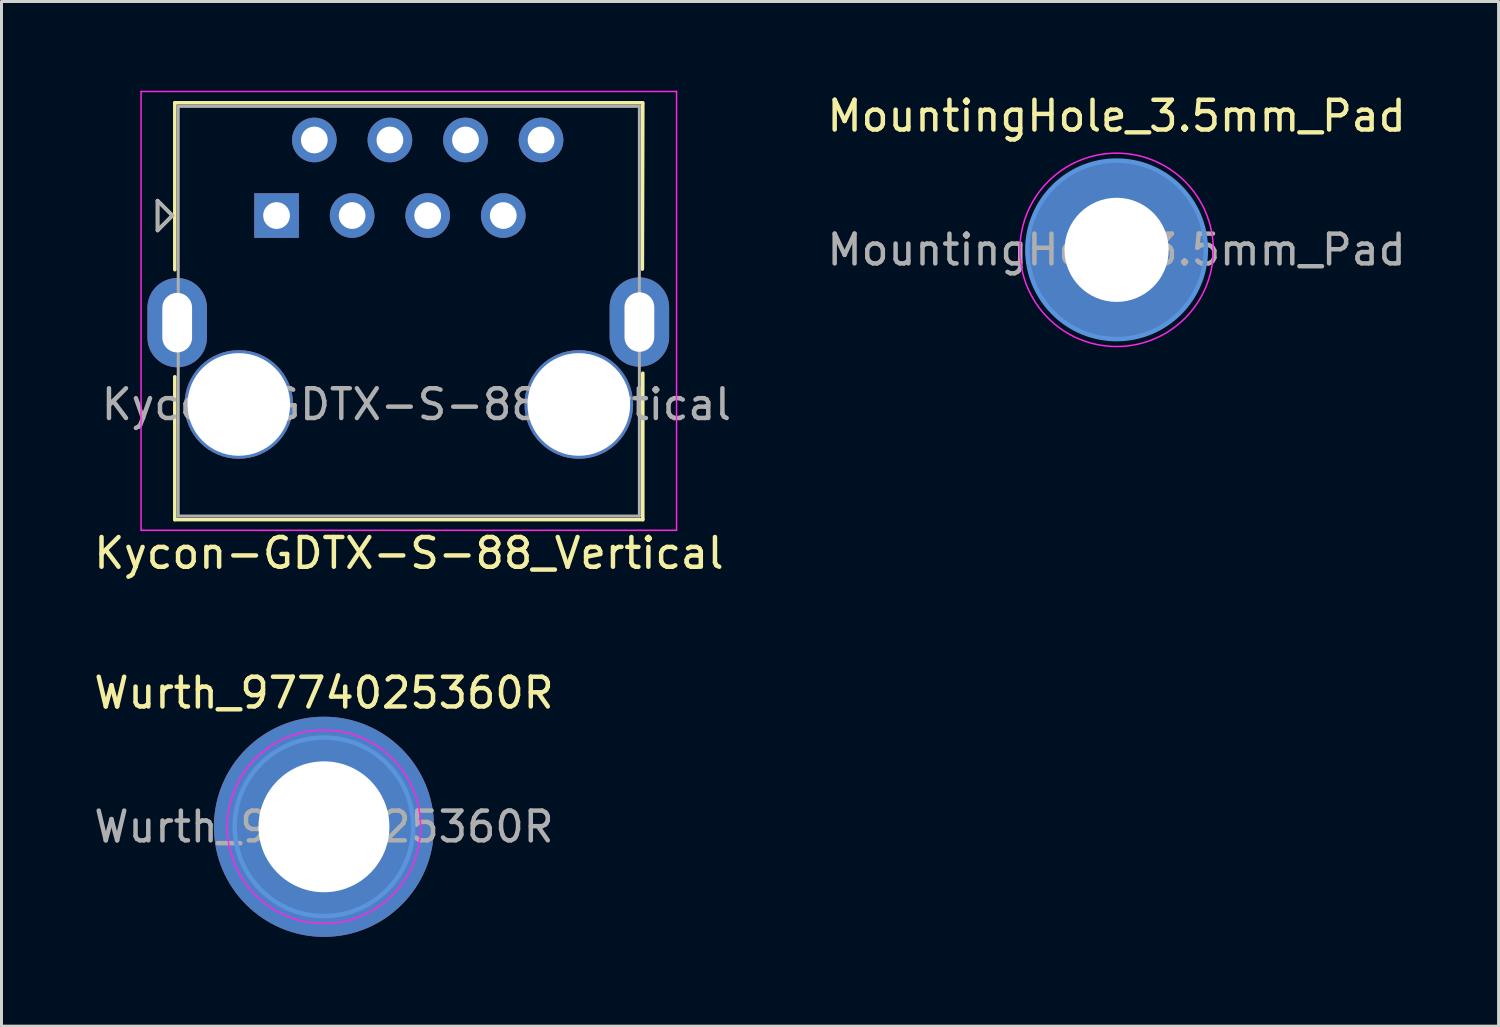
<source format=kicad_pcb>
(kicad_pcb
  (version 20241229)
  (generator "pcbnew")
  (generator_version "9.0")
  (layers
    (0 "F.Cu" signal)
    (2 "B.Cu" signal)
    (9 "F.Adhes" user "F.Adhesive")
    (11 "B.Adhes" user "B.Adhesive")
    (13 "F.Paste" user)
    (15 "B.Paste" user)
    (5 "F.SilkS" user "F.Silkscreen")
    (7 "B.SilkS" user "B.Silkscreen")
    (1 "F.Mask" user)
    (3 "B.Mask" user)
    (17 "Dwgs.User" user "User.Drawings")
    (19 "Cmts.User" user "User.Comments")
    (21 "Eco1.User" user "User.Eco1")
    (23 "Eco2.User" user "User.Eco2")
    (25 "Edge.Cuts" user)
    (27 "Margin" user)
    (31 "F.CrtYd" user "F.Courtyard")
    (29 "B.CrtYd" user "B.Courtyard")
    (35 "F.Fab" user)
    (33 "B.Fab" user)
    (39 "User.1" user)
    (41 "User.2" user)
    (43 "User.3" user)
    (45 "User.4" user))
  (footprint "MountingHole_3.5mm_Pad"
    (layer "F.Cu")
    (at 34.482 5.348)
    (property "Reference" "MountingHole_3.5mm_Pad" (at 0 -4.5 0) (layer "F.SilkS") (effects (font (size 1 1) (thickness 0.15))))
    (attr exclude_from_pos_files exclude_from_bom)
    (fp_circle (center 0 0) (end 3 0) (stroke (width 0.15) (type solid)) (fill no) (layer "Cmts.User"))
    (fp_circle (center 0 0) (end 3.25 0) (stroke (width 0.05) (type solid)) (fill no) (layer "F.CrtYd"))
    (fp_text user "${REFERENCE}" (at 0 0 0) (layer "F.Fab") (effects (font (size 1 1) (thickness 0.15))))
    (pad "1" thru_hole circle (at 0 0) (size 6 6) (drill 3.5) (layers "*.Cu" "*.Mask")))
  (footprint "Wurth_9774025360R"
    (layer "F.Cu")
    (at 7.839 24.741)
    (property "Reference" "Wurth_9774025360R" (at 0 -4.5 0) (layer "F.SilkS") (effects (font (size 1 1) (thickness 0.15))))
    (attr exclude_from_pos_files exclude_from_bom)
    (fp_circle (center 0 0) (end 3 0) (stroke (width 0.15) (type solid)) (fill no) (layer "Cmts.User"))
    (fp_circle (center 0 0) (end 3.25 0) (stroke (width 0.05) (type solid)) (fill no) (layer "F.CrtYd"))
    (fp_text user "${REFERENCE}" (at 0 0 0) (layer "F.Fab") (effects (font (size 1 1) (thickness 0.15))))
    (pad "1" thru_hole circle (at 0 0) (size 7.4 7.4) (drill 4.4) (layers "*.Cu" "*.Mask")))
  (footprint "Kycon-GDTX-S-88_Vertical"
    (layer "F.Cu")
    (at 2.826 14.415)
    (property "Reference" "Kycon-GDTX-S-88_Vertical" (at 7.87 1.13 0) (layer "F.SilkS") (effects (font (size 1 1) (thickness 0.15))))
    (attr through_hole)
    (fp_line (start -0.58 -10.72) (end -0.58 -9.72) (stroke (width 0.12) (type solid)) (layer "F.SilkS"))
    (fp_line (start -0.58 -9.72) (end -0.08 -10.22) (stroke (width 0.12) (type solid)) (layer "F.SilkS"))
    (fp_line (start -0.08 -10.22) (end -0.58 -10.72) (stroke (width 0.12) (type solid)) (layer "F.SilkS"))
    (fp_line (start 0 -14.01) (end 0 -8.4) (stroke (width 0.12) (type solid)) (layer "F.SilkS"))
    (fp_line (start 0 -4.8) (end 0 0) (stroke (width 0.12) (type solid)) (layer "F.SilkS"))
    (fp_line (start 15.72 -14.01) (end 0 -14.01) (stroke (width 0.12) (type solid)) (layer "F.SilkS"))
    (fp_line (start 15.73 -14.01) (end 15.715 -8.42) (stroke (width 0.12) (type solid)) (layer "F.SilkS"))
    (fp_line (start 15.73 -4.92) (end 15.73 0) (stroke (width 0.12) (type solid)) (layer "F.SilkS"))
    (fp_line (start 15.73 0) (end 0 0) (stroke (width 0.12) (type solid)) (layer "F.SilkS"))
    (fp_line (start -1.135 -14.39) (end -1.135 0.36) (stroke (width 0.05) (type solid)) (layer "F.CrtYd"))
    (fp_line (start -1.135 -14.39) (end 16.865 -14.39) (stroke (width 0.05) (type solid)) (layer "F.CrtYd"))
    (fp_line (start -1.135 0.36) (end 16.865 0.36) (stroke (width 0.05) (type solid)) (layer "F.CrtYd"))
    (fp_line (start 16.865 -14.39) (end 16.865 0.36) (stroke (width 0.05) (type solid)) (layer "F.CrtYd"))
    (fp_line (start -0.58 -10.72) (end -0.58 -9.72) (stroke (width 0.12) (type solid)) (layer "F.Fab"))
    (fp_line (start -0.58 -9.72) (end -0.08 -10.22) (stroke (width 0.12) (type solid)) (layer "F.Fab"))
    (fp_line (start -0.08 -10.22) (end -0.58 -10.72) (stroke (width 0.12) (type solid)) (layer "F.Fab"))
    (fp_line (start 0.115 -13.89) (end 0.115 -0.12) (stroke (width 0.1) (type solid)) (layer "F.Fab"))
    (fp_line (start 15.615 -13.89) (end 0.115 -13.89) (stroke (width 0.1) (type solid)) (layer "F.Fab"))
    (fp_line (start 15.615 -13.89) (end 15.615 -0.12) (stroke (width 0.1) (type solid)) (layer "F.Fab"))
    (fp_line (start 15.615 -0.12) (end 0.115 -0.12) (stroke (width 0.1) (type solid)) (layer "F.Fab"))
    (fp_text user "${REFERENCE}" (at 8.12 -3.87 0) (layer "F.Fab") (effects (font (size 1 1) (thickness 0.15))))
    (pad "" np_thru_hole circle (at 2.15 -3.87) (size 3.65 3.65) (drill 3.45) (layers "*.Cu" "*.Mask"))
    (pad "" np_thru_hole circle (at 13.58 -3.87) (size 3.65 3.65) (drill 3.45) (layers "*.Cu" "*.Mask"))
    (pad "1" thru_hole rect (at 3.42 -10.22) (size 1.5 1.5) (drill 0.9) (layers "*.Cu" "*.Mask"))
    (pad "2" thru_hole circle (at 4.69 -12.76) (size 1.5 1.5) (drill 0.9) (layers "*.Cu" "*.Mask"))
    (pad "3" thru_hole circle (at 5.96 -10.22) (size 1.5 1.5) (drill 0.9) (layers "*.Cu" "*.Mask"))
    (pad "4" thru_hole circle (at 7.23 -12.76) (size 1.5 1.5) (drill 0.9) (layers "*.Cu" "*.Mask"))
    (pad "5" thru_hole circle (at 8.5 -10.22) (size 1.5 1.5) (drill 0.9) (layers "*.Cu" "*.Mask"))
    (pad "6" thru_hole circle (at 9.77 -12.76) (size 1.5 1.5) (drill 0.9) (layers "*.Cu" "*.Mask"))
    (pad "7" thru_hole circle (at 11.04 -10.22) (size 1.5 1.5) (drill 0.9) (layers "*.Cu" "*.Mask"))
    (pad "8" thru_hole circle (at 12.31 -12.76) (size 1.5 1.5) (drill 0.9) (layers "*.Cu" "*.Mask"))
    (pad "SH" thru_hole oval (at 0.08 -6.62) (size 2 3) (drill oval 1 2) (layers "*.Cu" "*.Mask"))
    (pad "SH" thru_hole oval (at 15.615 -6.64) (size 2 3) (drill oval 1 2) (layers "*.Cu" "*.Mask")))
  (gr_rect
    (start -3 -3)
    (end 47.321 31.442)
    (stroke (width 0.1) (type default))
    (fill no)
    (layer "Edge.Cuts")))
</source>
